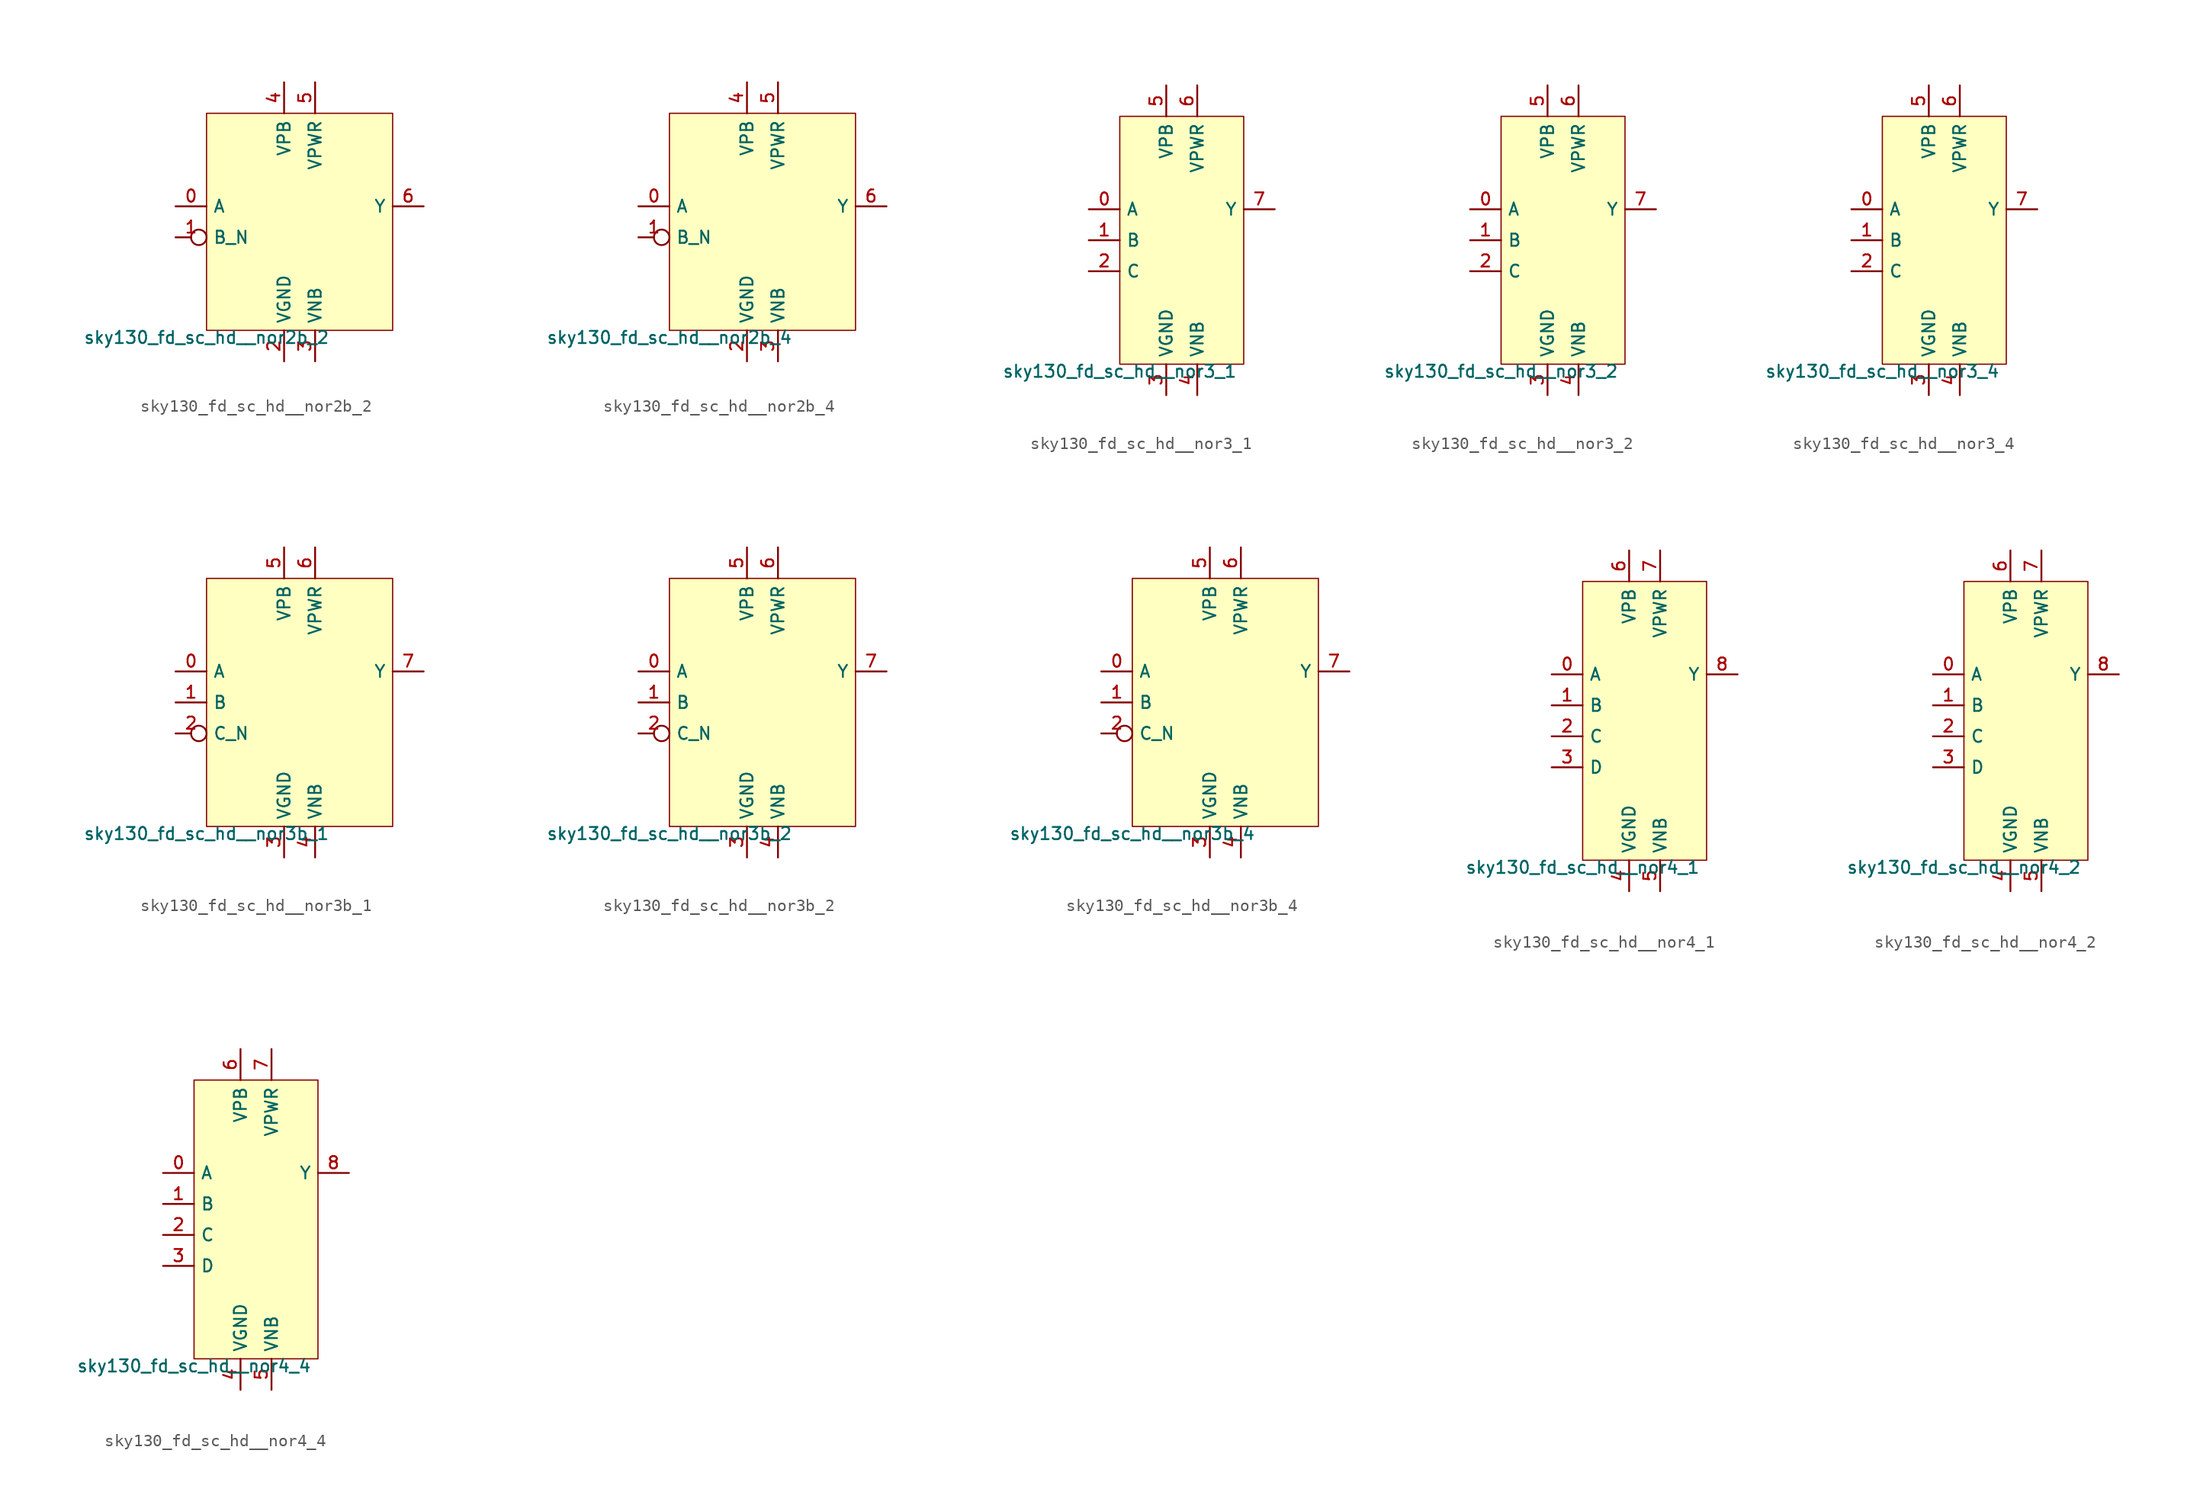
<source format=kicad_sym>
(kicad_symbol_lib
  (version 20211014)
  (generator lef2kicad_sym)
  (symbol "sky130_fd_sc_hd__nor2b_2"
    (property "Reference" "X"
      (at 0 0 0)
      (effects (font (size 1 1)) hide))
    (property "Value" "sky130_fd_sc_hd__nor2b_2"
      (at -7.62 -8.89 0)
      (effects (font (size 1 1)) (justify top)))
    (rectangle
      (start -7.62 -8.89)
      (end 7.62 8.89)
      (stroke (width 0.1) (type solid) (color 0 0 0 0))
      (fill (type background)))
    (pin input line
      (at -10.16 1.27 0)
      (length 2.54)
      (name "A" (effects (font (size 1 1)) hide))
      (number "0" (effects (font (size 1 1)) hide)))
    (pin input inverted
      (at -10.16 -1.27 0)
      (length 2.54)
      (name "B_N" (effects (font (size 1 1)) hide))
      (number "1" (effects (font (size 1 1)) hide)))
    (pin power_in line
      (at -1.27 -11.43 90)
      (length 2.54)
      (name "VGND" (effects (font (size 1 1)) hide))
      (number "2" (effects (font (size 1 1)) hide)))
    (pin power_in line
      (at 1.27 -11.43 90)
      (length 2.54)
      (name "VNB" (effects (font (size 1 1)) hide))
      (number "3" (effects (font (size 1 1)) hide)))
    (pin power_in line
      (at -1.27 11.43 270)
      (length 2.54)
      (name "VPB" (effects (font (size 1 1)) hide))
      (number "4" (effects (font (size 1 1)) hide)))
    (pin power_in line
      (at 1.27 11.43 270)
      (length 2.54)
      (name "VPWR" (effects (font (size 1 1)) hide))
      (number "5" (effects (font (size 1 1)) hide)))
    (pin output line
      (at 10.16 1.27 180)
      (length 2.54)
      (name "Y" (effects (font (size 1 1)) hide))
      (number "6" (effects (font (size 1 1)) hide))))
  (symbol "sky130_fd_sc_hd__nor2b_4"
    (property "Reference" "X"
      (at 0 0 0)
      (effects (font (size 1 1)) hide))
    (property "Value" "sky130_fd_sc_hd__nor2b_4"
      (at -7.62 -8.89 0)
      (effects (font (size 1 1)) (justify top)))
    (rectangle
      (start -7.62 -8.89)
      (end 7.62 8.89)
      (stroke (width 0.1) (type solid) (color 0 0 0 0))
      (fill (type background)))
    (pin input line
      (at -10.16 1.27 0)
      (length 2.54)
      (name "A" (effects (font (size 1 1)) hide))
      (number "0" (effects (font (size 1 1)) hide)))
    (pin input inverted
      (at -10.16 -1.27 0)
      (length 2.54)
      (name "B_N" (effects (font (size 1 1)) hide))
      (number "1" (effects (font (size 1 1)) hide)))
    (pin power_in line
      (at -1.27 -11.43 90)
      (length 2.54)
      (name "VGND" (effects (font (size 1 1)) hide))
      (number "2" (effects (font (size 1 1)) hide)))
    (pin power_in line
      (at 1.27 -11.43 90)
      (length 2.54)
      (name "VNB" (effects (font (size 1 1)) hide))
      (number "3" (effects (font (size 1 1)) hide)))
    (pin power_in line
      (at -1.27 11.43 270)
      (length 2.54)
      (name "VPB" (effects (font (size 1 1)) hide))
      (number "4" (effects (font (size 1 1)) hide)))
    (pin power_in line
      (at 1.27 11.43 270)
      (length 2.54)
      (name "VPWR" (effects (font (size 1 1)) hide))
      (number "5" (effects (font (size 1 1)) hide)))
    (pin output line
      (at 10.16 1.27 180)
      (length 2.54)
      (name "Y" (effects (font (size 1 1)) hide))
      (number "6" (effects (font (size 1 1)) hide))))
  (symbol "sky130_fd_sc_hd__nor3_1"
    (property "Reference" "X"
      (at 0 0 0)
      (effects (font (size 1 1)) hide))
    (property "Value" "sky130_fd_sc_hd__nor3_1"
      (at -5.08 -10.16 0)
      (effects (font (size 1 1)) (justify top)))
    (rectangle
      (start -5.08 -10.16)
      (end 5.08 10.16)
      (stroke (width 0.1) (type solid) (color 0 0 0 0))
      (fill (type background)))
    (pin input line
      (at -7.62 2.54 0)
      (length 2.54)
      (name "A" (effects (font (size 1 1)) hide))
      (number "0" (effects (font (size 1 1)) hide)))
    (pin input line
      (at -7.62 0.0 0)
      (length 2.54)
      (name "B" (effects (font (size 1 1)) hide))
      (number "1" (effects (font (size 1 1)) hide)))
    (pin input line
      (at -7.62 -2.54 0)
      (length 2.54)
      (name "C" (effects (font (size 1 1)) hide))
      (number "2" (effects (font (size 1 1)) hide)))
    (pin power_in line
      (at -1.27 -12.7 90)
      (length 2.54)
      (name "VGND" (effects (font (size 1 1)) hide))
      (number "3" (effects (font (size 1 1)) hide)))
    (pin power_in line
      (at 1.27 -12.7 90)
      (length 2.54)
      (name "VNB" (effects (font (size 1 1)) hide))
      (number "4" (effects (font (size 1 1)) hide)))
    (pin power_in line
      (at -1.27 12.7 270)
      (length 2.54)
      (name "VPB" (effects (font (size 1 1)) hide))
      (number "5" (effects (font (size 1 1)) hide)))
    (pin power_in line
      (at 1.27 12.7 270)
      (length 2.54)
      (name "VPWR" (effects (font (size 1 1)) hide))
      (number "6" (effects (font (size 1 1)) hide)))
    (pin output line
      (at 7.62 2.54 180)
      (length 2.54)
      (name "Y" (effects (font (size 1 1)) hide))
      (number "7" (effects (font (size 1 1)) hide))))
  (symbol "sky130_fd_sc_hd__nor3_2"
    (property "Reference" "X"
      (at 0 0 0)
      (effects (font (size 1 1)) hide))
    (property "Value" "sky130_fd_sc_hd__nor3_2"
      (at -5.08 -10.16 0)
      (effects (font (size 1 1)) (justify top)))
    (rectangle
      (start -5.08 -10.16)
      (end 5.08 10.16)
      (stroke (width 0.1) (type solid) (color 0 0 0 0))
      (fill (type background)))
    (pin input line
      (at -7.62 2.54 0)
      (length 2.54)
      (name "A" (effects (font (size 1 1)) hide))
      (number "0" (effects (font (size 1 1)) hide)))
    (pin input line
      (at -7.62 0.0 0)
      (length 2.54)
      (name "B" (effects (font (size 1 1)) hide))
      (number "1" (effects (font (size 1 1)) hide)))
    (pin input line
      (at -7.62 -2.54 0)
      (length 2.54)
      (name "C" (effects (font (size 1 1)) hide))
      (number "2" (effects (font (size 1 1)) hide)))
    (pin power_in line
      (at -1.27 -12.7 90)
      (length 2.54)
      (name "VGND" (effects (font (size 1 1)) hide))
      (number "3" (effects (font (size 1 1)) hide)))
    (pin power_in line
      (at 1.27 -12.7 90)
      (length 2.54)
      (name "VNB" (effects (font (size 1 1)) hide))
      (number "4" (effects (font (size 1 1)) hide)))
    (pin power_in line
      (at -1.27 12.7 270)
      (length 2.54)
      (name "VPB" (effects (font (size 1 1)) hide))
      (number "5" (effects (font (size 1 1)) hide)))
    (pin power_in line
      (at 1.27 12.7 270)
      (length 2.54)
      (name "VPWR" (effects (font (size 1 1)) hide))
      (number "6" (effects (font (size 1 1)) hide)))
    (pin output line
      (at 7.62 2.54 180)
      (length 2.54)
      (name "Y" (effects (font (size 1 1)) hide))
      (number "7" (effects (font (size 1 1)) hide))))
  (symbol "sky130_fd_sc_hd__nor3_4"
    (property "Reference" "X"
      (at 0 0 0)
      (effects (font (size 1 1)) hide))
    (property "Value" "sky130_fd_sc_hd__nor3_4"
      (at -5.08 -10.16 0)
      (effects (font (size 1 1)) (justify top)))
    (rectangle
      (start -5.08 -10.16)
      (end 5.08 10.16)
      (stroke (width 0.1) (type solid) (color 0 0 0 0))
      (fill (type background)))
    (pin input line
      (at -7.62 2.54 0)
      (length 2.54)
      (name "A" (effects (font (size 1 1)) hide))
      (number "0" (effects (font (size 1 1)) hide)))
    (pin input line
      (at -7.62 0.0 0)
      (length 2.54)
      (name "B" (effects (font (size 1 1)) hide))
      (number "1" (effects (font (size 1 1)) hide)))
    (pin input line
      (at -7.62 -2.54 0)
      (length 2.54)
      (name "C" (effects (font (size 1 1)) hide))
      (number "2" (effects (font (size 1 1)) hide)))
    (pin power_in line
      (at -1.27 -12.7 90)
      (length 2.54)
      (name "VGND" (effects (font (size 1 1)) hide))
      (number "3" (effects (font (size 1 1)) hide)))
    (pin power_in line
      (at 1.27 -12.7 90)
      (length 2.54)
      (name "VNB" (effects (font (size 1 1)) hide))
      (number "4" (effects (font (size 1 1)) hide)))
    (pin power_in line
      (at -1.27 12.7 270)
      (length 2.54)
      (name "VPB" (effects (font (size 1 1)) hide))
      (number "5" (effects (font (size 1 1)) hide)))
    (pin power_in line
      (at 1.27 12.7 270)
      (length 2.54)
      (name "VPWR" (effects (font (size 1 1)) hide))
      (number "6" (effects (font (size 1 1)) hide)))
    (pin output line
      (at 7.62 2.54 180)
      (length 2.54)
      (name "Y" (effects (font (size 1 1)) hide))
      (number "7" (effects (font (size 1 1)) hide))))
  (symbol "sky130_fd_sc_hd__nor3b_1"
    (property "Reference" "X"
      (at 0 0 0)
      (effects (font (size 1 1)) hide))
    (property "Value" "sky130_fd_sc_hd__nor3b_1"
      (at -7.62 -10.16 0)
      (effects (font (size 1 1)) (justify top)))
    (rectangle
      (start -7.62 -10.16)
      (end 7.62 10.16)
      (stroke (width 0.1) (type solid) (color 0 0 0 0))
      (fill (type background)))
    (pin input line
      (at -10.16 2.54 0)
      (length 2.54)
      (name "A" (effects (font (size 1 1)) hide))
      (number "0" (effects (font (size 1 1)) hide)))
    (pin input line
      (at -10.16 0.0 0)
      (length 2.54)
      (name "B" (effects (font (size 1 1)) hide))
      (number "1" (effects (font (size 1 1)) hide)))
    (pin input inverted
      (at -10.16 -2.54 0)
      (length 2.54)
      (name "C_N" (effects (font (size 1 1)) hide))
      (number "2" (effects (font (size 1 1)) hide)))
    (pin power_in line
      (at -1.27 -12.7 90)
      (length 2.54)
      (name "VGND" (effects (font (size 1 1)) hide))
      (number "3" (effects (font (size 1 1)) hide)))
    (pin power_in line
      (at 1.27 -12.7 90)
      (length 2.54)
      (name "VNB" (effects (font (size 1 1)) hide))
      (number "4" (effects (font (size 1 1)) hide)))
    (pin power_in line
      (at -1.27 12.7 270)
      (length 2.54)
      (name "VPB" (effects (font (size 1 1)) hide))
      (number "5" (effects (font (size 1 1)) hide)))
    (pin power_in line
      (at 1.27 12.7 270)
      (length 2.54)
      (name "VPWR" (effects (font (size 1 1)) hide))
      (number "6" (effects (font (size 1 1)) hide)))
    (pin output line
      (at 10.16 2.54 180)
      (length 2.54)
      (name "Y" (effects (font (size 1 1)) hide))
      (number "7" (effects (font (size 1 1)) hide))))
  (symbol "sky130_fd_sc_hd__nor3b_2"
    (property "Reference" "X"
      (at 0 0 0)
      (effects (font (size 1 1)) hide))
    (property "Value" "sky130_fd_sc_hd__nor3b_2"
      (at -7.62 -10.16 0)
      (effects (font (size 1 1)) (justify top)))
    (rectangle
      (start -7.62 -10.16)
      (end 7.62 10.16)
      (stroke (width 0.1) (type solid) (color 0 0 0 0))
      (fill (type background)))
    (pin input line
      (at -10.16 2.54 0)
      (length 2.54)
      (name "A" (effects (font (size 1 1)) hide))
      (number "0" (effects (font (size 1 1)) hide)))
    (pin input line
      (at -10.16 0.0 0)
      (length 2.54)
      (name "B" (effects (font (size 1 1)) hide))
      (number "1" (effects (font (size 1 1)) hide)))
    (pin input inverted
      (at -10.16 -2.54 0)
      (length 2.54)
      (name "C_N" (effects (font (size 1 1)) hide))
      (number "2" (effects (font (size 1 1)) hide)))
    (pin power_in line
      (at -1.27 -12.7 90)
      (length 2.54)
      (name "VGND" (effects (font (size 1 1)) hide))
      (number "3" (effects (font (size 1 1)) hide)))
    (pin power_in line
      (at 1.27 -12.7 90)
      (length 2.54)
      (name "VNB" (effects (font (size 1 1)) hide))
      (number "4" (effects (font (size 1 1)) hide)))
    (pin power_in line
      (at -1.27 12.7 270)
      (length 2.54)
      (name "VPB" (effects (font (size 1 1)) hide))
      (number "5" (effects (font (size 1 1)) hide)))
    (pin power_in line
      (at 1.27 12.7 270)
      (length 2.54)
      (name "VPWR" (effects (font (size 1 1)) hide))
      (number "6" (effects (font (size 1 1)) hide)))
    (pin output line
      (at 10.16 2.54 180)
      (length 2.54)
      (name "Y" (effects (font (size 1 1)) hide))
      (number "7" (effects (font (size 1 1)) hide))))
  (symbol "sky130_fd_sc_hd__nor3b_4"
    (property "Reference" "X"
      (at 0 0 0)
      (effects (font (size 1 1)) hide))
    (property "Value" "sky130_fd_sc_hd__nor3b_4"
      (at -7.62 -10.16 0)
      (effects (font (size 1 1)) (justify top)))
    (rectangle
      (start -7.62 -10.16)
      (end 7.62 10.16)
      (stroke (width 0.1) (type solid) (color 0 0 0 0))
      (fill (type background)))
    (pin input line
      (at -10.16 2.54 0)
      (length 2.54)
      (name "A" (effects (font (size 1 1)) hide))
      (number "0" (effects (font (size 1 1)) hide)))
    (pin input line
      (at -10.16 0.0 0)
      (length 2.54)
      (name "B" (effects (font (size 1 1)) hide))
      (number "1" (effects (font (size 1 1)) hide)))
    (pin input inverted
      (at -10.16 -2.54 0)
      (length 2.54)
      (name "C_N" (effects (font (size 1 1)) hide))
      (number "2" (effects (font (size 1 1)) hide)))
    (pin power_in line
      (at -1.27 -12.7 90)
      (length 2.54)
      (name "VGND" (effects (font (size 1 1)) hide))
      (number "3" (effects (font (size 1 1)) hide)))
    (pin power_in line
      (at 1.27 -12.7 90)
      (length 2.54)
      (name "VNB" (effects (font (size 1 1)) hide))
      (number "4" (effects (font (size 1 1)) hide)))
    (pin power_in line
      (at -1.27 12.7 270)
      (length 2.54)
      (name "VPB" (effects (font (size 1 1)) hide))
      (number "5" (effects (font (size 1 1)) hide)))
    (pin power_in line
      (at 1.27 12.7 270)
      (length 2.54)
      (name "VPWR" (effects (font (size 1 1)) hide))
      (number "6" (effects (font (size 1 1)) hide)))
    (pin output line
      (at 10.16 2.54 180)
      (length 2.54)
      (name "Y" (effects (font (size 1 1)) hide))
      (number "7" (effects (font (size 1 1)) hide))))
  (symbol "sky130_fd_sc_hd__nor4_1"
    (property "Reference" "X"
      (at 0 0 0)
      (effects (font (size 1 1)) hide))
    (property "Value" "sky130_fd_sc_hd__nor4_1"
      (at -5.08 -11.43 0)
      (effects (font (size 1 1)) (justify top)))
    (rectangle
      (start -5.08 -11.43)
      (end 5.08 11.43)
      (stroke (width 0.1) (type solid) (color 0 0 0 0))
      (fill (type background)))
    (pin input line
      (at -7.62 3.81 0)
      (length 2.54)
      (name "A" (effects (font (size 1 1)) hide))
      (number "0" (effects (font (size 1 1)) hide)))
    (pin input line
      (at -7.62 1.27 0)
      (length 2.54)
      (name "B" (effects (font (size 1 1)) hide))
      (number "1" (effects (font (size 1 1)) hide)))
    (pin input line
      (at -7.62 -1.27 0)
      (length 2.54)
      (name "C" (effects (font (size 1 1)) hide))
      (number "2" (effects (font (size 1 1)) hide)))
    (pin input line
      (at -7.62 -3.81 0)
      (length 2.54)
      (name "D" (effects (font (size 1 1)) hide))
      (number "3" (effects (font (size 1 1)) hide)))
    (pin power_in line
      (at -1.27 -13.97 90)
      (length 2.54)
      (name "VGND" (effects (font (size 1 1)) hide))
      (number "4" (effects (font (size 1 1)) hide)))
    (pin power_in line
      (at 1.27 -13.97 90)
      (length 2.54)
      (name "VNB" (effects (font (size 1 1)) hide))
      (number "5" (effects (font (size 1 1)) hide)))
    (pin power_in line
      (at -1.27 13.97 270)
      (length 2.54)
      (name "VPB" (effects (font (size 1 1)) hide))
      (number "6" (effects (font (size 1 1)) hide)))
    (pin power_in line
      (at 1.27 13.97 270)
      (length 2.54)
      (name "VPWR" (effects (font (size 1 1)) hide))
      (number "7" (effects (font (size 1 1)) hide)))
    (pin output line
      (at 7.62 3.81 180)
      (length 2.54)
      (name "Y" (effects (font (size 1 1)) hide))
      (number "8" (effects (font (size 1 1)) hide))))
  (symbol "sky130_fd_sc_hd__nor4_2"
    (property "Reference" "X"
      (at 0 0 0)
      (effects (font (size 1 1)) hide))
    (property "Value" "sky130_fd_sc_hd__nor4_2"
      (at -5.08 -11.43 0)
      (effects (font (size 1 1)) (justify top)))
    (rectangle
      (start -5.08 -11.43)
      (end 5.08 11.43)
      (stroke (width 0.1) (type solid) (color 0 0 0 0))
      (fill (type background)))
    (pin input line
      (at -7.62 3.81 0)
      (length 2.54)
      (name "A" (effects (font (size 1 1)) hide))
      (number "0" (effects (font (size 1 1)) hide)))
    (pin input line
      (at -7.62 1.27 0)
      (length 2.54)
      (name "B" (effects (font (size 1 1)) hide))
      (number "1" (effects (font (size 1 1)) hide)))
    (pin input line
      (at -7.62 -1.27 0)
      (length 2.54)
      (name "C" (effects (font (size 1 1)) hide))
      (number "2" (effects (font (size 1 1)) hide)))
    (pin input line
      (at -7.62 -3.81 0)
      (length 2.54)
      (name "D" (effects (font (size 1 1)) hide))
      (number "3" (effects (font (size 1 1)) hide)))
    (pin power_in line
      (at -1.27 -13.97 90)
      (length 2.54)
      (name "VGND" (effects (font (size 1 1)) hide))
      (number "4" (effects (font (size 1 1)) hide)))
    (pin power_in line
      (at 1.27 -13.97 90)
      (length 2.54)
      (name "VNB" (effects (font (size 1 1)) hide))
      (number "5" (effects (font (size 1 1)) hide)))
    (pin power_in line
      (at -1.27 13.97 270)
      (length 2.54)
      (name "VPB" (effects (font (size 1 1)) hide))
      (number "6" (effects (font (size 1 1)) hide)))
    (pin power_in line
      (at 1.27 13.97 270)
      (length 2.54)
      (name "VPWR" (effects (font (size 1 1)) hide))
      (number "7" (effects (font (size 1 1)) hide)))
    (pin output line
      (at 7.62 3.81 180)
      (length 2.54)
      (name "Y" (effects (font (size 1 1)) hide))
      (number "8" (effects (font (size 1 1)) hide))))
  (symbol "sky130_fd_sc_hd__nor4_4"
    (property "Reference" "X"
      (at 0 0 0)
      (effects (font (size 1 1)) hide))
    (property "Value" "sky130_fd_sc_hd__nor4_4"
      (at -5.08 -11.43 0)
      (effects (font (size 1 1)) (justify top)))
    (rectangle
      (start -5.08 -11.43)
      (end 5.08 11.43)
      (stroke (width 0.1) (type solid) (color 0 0 0 0))
      (fill (type background)))
    (pin input line
      (at -7.62 3.81 0)
      (length 2.54)
      (name "A" (effects (font (size 1 1)) hide))
      (number "0" (effects (font (size 1 1)) hide)))
    (pin input line
      (at -7.62 1.27 0)
      (length 2.54)
      (name "B" (effects (font (size 1 1)) hide))
      (number "1" (effects (font (size 1 1)) hide)))
    (pin input line
      (at -7.62 -1.27 0)
      (length 2.54)
      (name "C" (effects (font (size 1 1)) hide))
      (number "2" (effects (font (size 1 1)) hide)))
    (pin input line
      (at -7.62 -3.81 0)
      (length 2.54)
      (name "D" (effects (font (size 1 1)) hide))
      (number "3" (effects (font (size 1 1)) hide)))
    (pin power_in line
      (at -1.27 -13.97 90)
      (length 2.54)
      (name "VGND" (effects (font (size 1 1)) hide))
      (number "4" (effects (font (size 1 1)) hide)))
    (pin power_in line
      (at 1.27 -13.97 90)
      (length 2.54)
      (name "VNB" (effects (font (size 1 1)) hide))
      (number "5" (effects (font (size 1 1)) hide)))
    (pin power_in line
      (at -1.27 13.97 270)
      (length 2.54)
      (name "VPB" (effects (font (size 1 1)) hide))
      (number "6" (effects (font (size 1 1)) hide)))
    (pin power_in line
      (at 1.27 13.97 270)
      (length 2.54)
      (name "VPWR" (effects (font (size 1 1)) hide))
      (number "7" (effects (font (size 1 1)) hide)))
    (pin output line
      (at 7.62 3.81 180)
      (length 2.54)
      (name "Y" (effects (font (size 1 1)) hide))
      (number "8" (effects (font (size 1 1)) hide)))))
</source>
